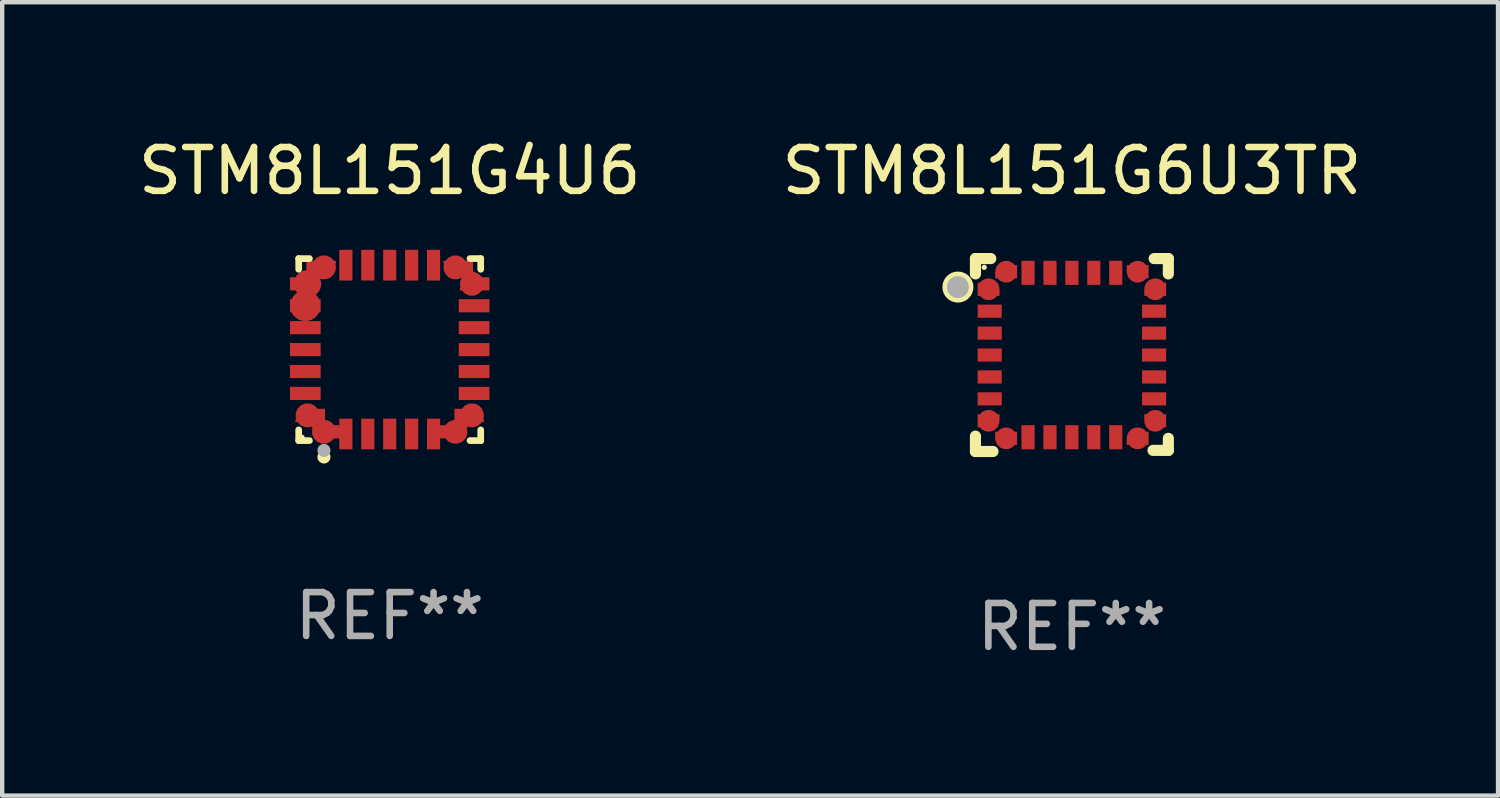
<source format=kicad_pcb>
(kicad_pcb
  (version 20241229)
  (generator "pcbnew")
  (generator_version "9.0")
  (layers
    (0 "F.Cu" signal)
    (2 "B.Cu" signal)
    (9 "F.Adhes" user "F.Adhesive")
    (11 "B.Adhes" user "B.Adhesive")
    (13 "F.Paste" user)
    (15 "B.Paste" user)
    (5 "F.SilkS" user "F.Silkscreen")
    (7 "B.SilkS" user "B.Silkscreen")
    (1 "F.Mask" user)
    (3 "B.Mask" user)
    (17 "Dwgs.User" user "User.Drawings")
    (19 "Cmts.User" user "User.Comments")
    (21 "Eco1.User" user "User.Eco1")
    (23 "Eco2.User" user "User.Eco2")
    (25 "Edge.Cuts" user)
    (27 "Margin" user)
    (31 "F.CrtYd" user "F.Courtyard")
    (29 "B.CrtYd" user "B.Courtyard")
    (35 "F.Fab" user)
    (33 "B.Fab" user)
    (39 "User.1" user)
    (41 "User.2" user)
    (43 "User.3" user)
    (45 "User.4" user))
  (footprint "STM8L151G4U6"
    (layer "F.Cu")
    (at 5.839 4.924)
    (property "Reference" "STM8L151G4U6" (at 0 -4.076 0) (layer "F.SilkS") (effects (font (size 1 1) (thickness 0.15))))
    (attr through_hole)
    (fp_line (start -2.076 -2.076) (end -1.831 -2.076) (stroke (width 0.152) (type solid)) (layer "F.SilkS"))
    (fp_line (start -2.076 -1.831) (end -2.076 -2.076) (stroke (width 0.152) (type solid)) (layer "F.SilkS"))
    (fp_line (start -2.076 1.831) (end -2.076 2.076) (stroke (width 0.152) (type solid)) (layer "F.SilkS"))
    (fp_line (start -2.076 2.076) (end -1.831 2.076) (stroke (width 0.152) (type solid)) (layer "F.SilkS"))
    (fp_line (start 2.076 -2.076) (end 1.831 -2.076) (stroke (width 0.152) (type solid)) (layer "F.SilkS"))
    (fp_line (start 2.076 -1.831) (end 2.076 -2.076) (stroke (width 0.152) (type solid)) (layer "F.SilkS"))
    (fp_line (start 2.076 1.831) (end 2.076 2.076) (stroke (width 0.152) (type solid)) (layer "F.SilkS"))
    (fp_line (start 2.076 2.076) (end 1.831 2.076) (stroke (width 0.152) (type solid)) (layer "F.SilkS"))
    (fp_circle (center -2 2) (end -1.97 2) (stroke (width 0.06) (type solid)) (fill no) (layer "F.SilkS"))
    (fp_circle (center -1.5 2.45) (end -1.425 2.45) (stroke (width 0.15) (type solid)) (fill no) (layer "F.SilkS"))
    (fp_circle (center -1.5 2.3) (end -1.425 2.3) (stroke (width 0.15) (type solid)) (fill no) (layer "F.Fab"))
    (fp_text user "REF**" (at 0 6.076 0) (layer "F.Fab") (effects (font (size 1 1) (thickness 0.15))))
    (pad "1" smd custom (at -1.5 1.875 90) (size 0.55 0.3) (layers "F.Cu" "F.Mask" "F.Paste") (options (anchor circle)) (primitives (gr_poly (pts (xy -0.15 -0.025) (xy -0.15 0.4) (xy 0.15 0.4) (xy 0.15 -0.275) (xy 0.1 -0.275)) (width 0) (fill yes))))
    (pad "2" smd rect (at -1 1.925) (size 0.3 0.7) (layers "F.Cu" "F.Mask" "F.Paste"))
    (pad "3" smd rect (at -0.5 1.925) (size 0.3 0.7) (layers "F.Cu" "F.Mask" "F.Paste"))
    (pad "4" smd rect (at 0 1.925) (size 0.3 0.7) (layers "F.Cu" "F.Mask" "F.Paste"))
    (pad "5" smd rect (at 0.5 1.925) (size 0.3 0.7) (layers "F.Cu" "F.Mask" "F.Paste"))
    (pad "6" smd rect (at 1 1.925) (size 0.3 0.7) (layers "F.Cu" "F.Mask" "F.Paste"))
    (pad "7" smd custom (at 1.5 1.875 270) (size 0.55 0.3) (layers "F.Cu" "F.Mask" "F.Paste") (options (anchor circle)) (primitives (gr_poly (pts (xy 0.15 -0.025) (xy 0.15 0.4) (xy -0.15 0.4) (xy -0.15 -0.275) (xy -0.1 -0.275)) (width 0) (fill yes))))
    (pad "8" smd custom (at 1.875 1.5 180) (size 0.55 0.3) (layers "F.Cu" "F.Mask" "F.Paste") (options (anchor circle)) (primitives (gr_poly (pts (xy -0.025 0.15) (xy 0.4 0.15) (xy 0.4 -0.15) (xy -0.275 -0.15) (xy -0.275 -0.1)) (width 0) (fill yes))))
    (pad "9" smd rect (at 1.925 1) (size 0.7 0.3) (layers "F.Cu" "F.Mask" "F.Paste"))
    (pad "10" smd rect (at 1.925 0.5) (size 0.7 0.3) (layers "F.Cu" "F.Mask" "F.Paste"))
    (pad "11" smd rect (at 1.925 0) (size 0.7 0.3) (layers "F.Cu" "F.Mask" "F.Paste"))
    (pad "12" smd rect (at 1.925 -0.5) (size 0.7 0.3) (layers "F.Cu" "F.Mask" "F.Paste"))
    (pad "13" smd rect (at 1.925 -1) (size 0.7 0.3) (layers "F.Cu" "F.Mask" "F.Paste"))
    (pad "14" smd custom (at 1.875 -1.5) (size 0.55 0.3) (layers "F.Cu" "F.Mask" "F.Paste") (options (anchor circle)) (primitives (gr_poly (pts (xy -0.025 -0.15) (xy 0.4 -0.15) (xy 0.4 0.15) (xy -0.275 0.15) (xy -0.275 0.1)) (width 0) (fill yes))))
    (pad "15" smd custom (at 1.5 -1.875 270) (size 0.55 0.3) (layers "F.Cu" "F.Mask" "F.Paste") (options (anchor circle)) (primitives (gr_poly (pts (xy 0.15 0.025) (xy 0.15 -0.4) (xy -0.15 -0.4) (xy -0.15 0.275) (xy -0.1 0.275)) (width 0) (fill yes))))
    (pad "16" smd rect (at 1 -1.925) (size 0.3 0.7) (layers "F.Cu" "F.Mask" "F.Paste"))
    (pad "17" smd rect (at 0.5 -1.925) (size 0.3 0.7) (layers "F.Cu" "F.Mask" "F.Paste"))
    (pad "18" smd rect (at 0 -1.925) (size 0.3 0.7) (layers "F.Cu" "F.Mask" "F.Paste"))
    (pad "19" smd rect (at -0.5 -1.925) (size 0.3 0.7) (layers "F.Cu" "F.Mask" "F.Paste"))
    (pad "20" smd rect (at -1 -1.925) (size 0.3 0.7) (layers "F.Cu" "F.Mask" "F.Paste"))
    (pad "21" smd custom (at -1.5 -1.875 90) (size 0.55 0.3) (layers "F.Cu" "F.Mask" "F.Paste") (options (anchor circle)) (primitives (gr_poly (pts (xy -0.15 0.025) (xy -0.15 -0.4) (xy 0.15 -0.4) (xy 0.15 0.275) (xy 0.1 0.275)) (width 0) (fill yes))))
    (pad "22" smd custom (at -1.875 -1.5) (size 0.625 0.3) (layers "F.Cu" "F.Mask" "F.Paste") (options (anchor circle)) (primitives (gr_poly (pts (xy 0.025 -0.15) (xy -0.4 -0.15) (xy -0.4 0.15) (xy 0.275 0.15) (xy 0.275 0.1)) (width 0) (fill yes))))
    (pad "23" smd custom (at -1.925 -1) (size 0.7 0.3) (layers "F.Cu" "F.Mask" "F.Paste") (options (anchor circle)) (primitives (gr_poly (pts (xy -0.35 -0.15) (xy 0.35 -0.15) (xy 0.35 0.15) (xy -0.35 0.15)) (width 0) (fill yes))))
    (pad "24" smd rect (at -1.925 -0.5) (size 0.7 0.3) (layers "F.Cu" "F.Mask" "F.Paste"))
    (pad "25" smd rect (at -1.925 0) (size 0.7 0.3) (layers "F.Cu" "F.Mask" "F.Paste"))
    (pad "26" smd rect (at -1.925 0.5) (size 0.7 0.3) (layers "F.Cu" "F.Mask" "F.Paste"))
    (pad "27" smd rect (at -1.925 1) (size 0.7 0.3) (layers "F.Cu" "F.Mask" "F.Paste"))
    (pad "28" smd custom (at -1.875 1.5 180) (size 0.55 0.3) (layers "F.Cu" "F.Mask" "F.Paste") (options (anchor circle)) (primitives (gr_poly (pts (xy 0.025 0.15) (xy -0.4 0.15) (xy -0.4 -0.15) (xy 0.275 -0.15) (xy 0.275 -0.1)) (width 0) (fill yes)))))
  (footprint "STM8L151G6U3TR"
    (layer "F.Cu")
    (at 21.399 5.048)
    (property "Reference" "STM8L151G6U3TR" (at 0 -4.2 0) (layer "F.SilkS") (effects (font (size 1 1) (thickness 0.15))))
    (attr through_hole)
    (fp_line (start -2.2 1.85) (end -2.2 2.2) (stroke (width 0.254) (type solid)) (layer "F.SilkS"))
    (fp_line (start -2.2 2.2) (end -1.8 2.2) (stroke (width 0.254) (type solid)) (layer "F.SilkS"))
    (fp_line (start -2.2 -2.2) (end -2.2 -1.85) (stroke (width 0.254) (type solid)) (layer "F.SilkS"))
    (fp_line (start -1.85 -2.2) (end -2.2 -2.2) (stroke (width 0.254) (type solid)) (layer "F.SilkS"))
    (fp_line (start 1.876 -2.2) (end 2.2 -2.2) (stroke (width 0.254) (type solid)) (layer "F.SilkS"))
    (fp_line (start 2.2 -2.2) (end 2.2 -1.85) (stroke (width 0.254) (type solid)) (layer "F.SilkS"))
    (fp_line (start 2.2 1.9) (end 2.2 2.175) (stroke (width 0.254) (type solid)) (layer "F.SilkS"))
    (fp_line (start 2.2 2.175) (end 1.85 2.175) (stroke (width 0.254) (type solid)) (layer "F.SilkS"))
    (fp_circle (center -2.6 -1.55) (end -2.5 -1.55) (stroke (width 0.254) (type solid)) (fill no) (layer "F.SilkS"))
    (fp_circle (center -2 -2) (end -1.97 -2) (stroke (width 0.06) (type solid)) (fill no) (layer "F.SilkS"))
    (fp_circle (center -2.6 -1.55) (end -2.475 -1.55) (stroke (width 0.25) (type solid)) (fill no) (layer "F.Fab"))
    (fp_text user "REF**" (at 0 6.2 0) (layer "F.Fab") (effects (font (size 1 1) (thickness 0.15))))
    (pad "1" smd custom (at -1.9 -1.5) (size 0.5 0.3) (layers "F.Cu" "F.Mask" "F.Paste") (options (anchor circle)) (primitives (gr_poly (pts (xy -0.25 0.15) (xy 0.25 0.15) (xy 0.25 -0.000076) (xy 0.1 -0.15) (xy -0.25 -0.15)) (width 0) (fill yes))))
    (pad "2" smd rect (at -1.875 -1 90) (size 0.3 0.55) (layers "F.Cu" "F.Mask" "F.Paste"))
    (pad "3" smd rect (at -1.875 -0.5 90) (size 0.3 0.55) (layers "F.Cu" "F.Mask" "F.Paste"))
    (pad "4" smd rect (at -1.875 -0.000152 90) (size 0.3 0.55) (layers "F.Cu" "F.Mask" "F.Paste"))
    (pad "5" smd rect (at -1.875 0.5 90) (size 0.3 0.55) (layers "F.Cu" "F.Mask" "F.Paste"))
    (pad "6" smd rect (at -1.875 1 90) (size 0.3 0.55) (layers "F.Cu" "F.Mask" "F.Paste"))
    (pad "7" smd custom (at -1.9 1.5) (size 0.5 0.3) (layers "F.Cu" "F.Mask" "F.Paste") (options (anchor circle)) (primitives (gr_poly (pts (xy -0.25 -0.15) (xy 0.25 -0.15) (xy 0.25 -0.000102) (xy 0.1 0.15) (xy -0.25 0.15)) (width 0) (fill yes))))
    (pad "8" smd custom (at -1.5 1.9 90) (size 0.5 0.3) (layers "F.Cu" "F.Mask" "F.Paste") (options (anchor circle)) (primitives (gr_poly (pts (xy 0.15 0.25) (xy 0.15 -0.25) (xy -0.000127 -0.25) (xy -0.15 -0.1) (xy -0.15 0.25)) (width 0) (fill yes))))
    (pad "9" smd rect (at -1 1.875) (size 0.3 0.55) (layers "F.Cu" "F.Mask" "F.Paste"))
    (pad "10" smd rect (at -0.5 1.875) (size 0.3 0.55) (layers "F.Cu" "F.Mask" "F.Paste"))
    (pad "11" smd rect (at -0.000152 1.875) (size 0.3 0.55) (layers "F.Cu" "F.Mask" "F.Paste"))
    (pad "12" smd rect (at 0.5 1.875) (size 0.3 0.55) (layers "F.Cu" "F.Mask" "F.Paste"))
    (pad "13" smd rect (at 1 1.875) (size 0.3 0.55) (layers "F.Cu" "F.Mask" "F.Paste"))
    (pad "14" smd custom (at 1.5 1.9 90) (size 0.5 0.3) (layers "F.Cu" "F.Mask" "F.Paste") (options (anchor circle)) (primitives (gr_poly (pts (xy -0.15 0.25) (xy -0.15 -0.25) (xy -0.000051 -0.25) (xy 0.15 -0.1) (xy 0.15 0.25)) (width 0) (fill yes))))
    (pad "15" smd custom (at 1.9 1.5) (size 0.5 0.3) (layers "F.Cu" "F.Mask" "F.Paste") (options (anchor circle)) (primitives (gr_poly (pts (xy 0.25 -0.15) (xy -0.25 -0.15) (xy -0.25 -0.000076) (xy -0.1 0.15) (xy 0.25 0.15)) (width 0) (fill yes))))
    (pad "16" smd rect (at 1.875 1 90) (size 0.3 0.55) (layers "F.Cu" "F.Mask" "F.Paste"))
    (pad "17" smd rect (at 1.875 0.5 90) (size 0.3 0.55) (layers "F.Cu" "F.Mask" "F.Paste"))
    (pad "18" smd rect (at 1.875 -0.000152 90) (size 0.3 0.55) (layers "F.Cu" "F.Mask" "F.Paste"))
    (pad "19" smd rect (at 1.875 -0.5 90) (size 0.3 0.55) (layers "F.Cu" "F.Mask" "F.Paste"))
    (pad "20" smd rect (at 1.875 -1 90) (size 0.3 0.55) (layers "F.Cu" "F.Mask" "F.Paste"))
    (pad "21" smd custom (at 1.9 -1.5) (size 0.5 0.3) (layers "F.Cu" "F.Mask" "F.Paste") (options (anchor circle)) (primitives (gr_poly (pts (xy 0.25 0.15) (xy -0.25 0.15) (xy -0.25 -0.000102) (xy -0.1 -0.15) (xy 0.25 -0.15)) (width 0) (fill yes))))
    (pad "22" smd custom (at 1.5 -1.9 270) (size 0.5 0.3) (layers "F.Cu" "F.Mask" "F.Paste") (options (anchor circle)) (primitives (gr_poly (pts (xy -0.15 -0.25) (xy -0.15 0.25) (xy 0.000025 0.25) (xy 0.15 0.1) (xy 0.15 -0.25)) (width 0) (fill yes))))
    (pad "23" smd rect (at 1 -1.875) (size 0.3 0.55) (layers "F.Cu" "F.Mask" "F.Paste"))
    (pad "24" smd rect (at 0.5 -1.875) (size 0.3 0.55) (layers "F.Cu" "F.Mask" "F.Paste"))
    (pad "25" smd rect (at -0.000152 -1.875) (size 0.3 0.55) (layers "F.Cu" "F.Mask" "F.Paste"))
    (pad "26" smd rect (at -0.5 -1.875) (size 0.3 0.55) (layers "F.Cu" "F.Mask" "F.Paste"))
    (pad "27" smd rect (at -1 -1.875) (size 0.3 0.55) (layers "F.Cu" "F.Mask" "F.Paste"))
    (pad "28" smd custom (at -1.5 -1.9 270) (size 0.5 0.3) (layers "F.Cu" "F.Mask" "F.Paste") (options (anchor circle)) (primitives (gr_poly (pts (xy 0.15 -0.25) (xy 0.15 0.25) (xy -0.000127 0.25) (xy -0.15 0.1) (xy -0.15 -0.25)) (width 0) (fill yes)))))
  (gr_rect
    (start -3 -3)
    (end 31.119 15.097)
    (stroke (width 0.1) (type default))
    (fill no)
    (layer "Edge.Cuts")))
</source>
